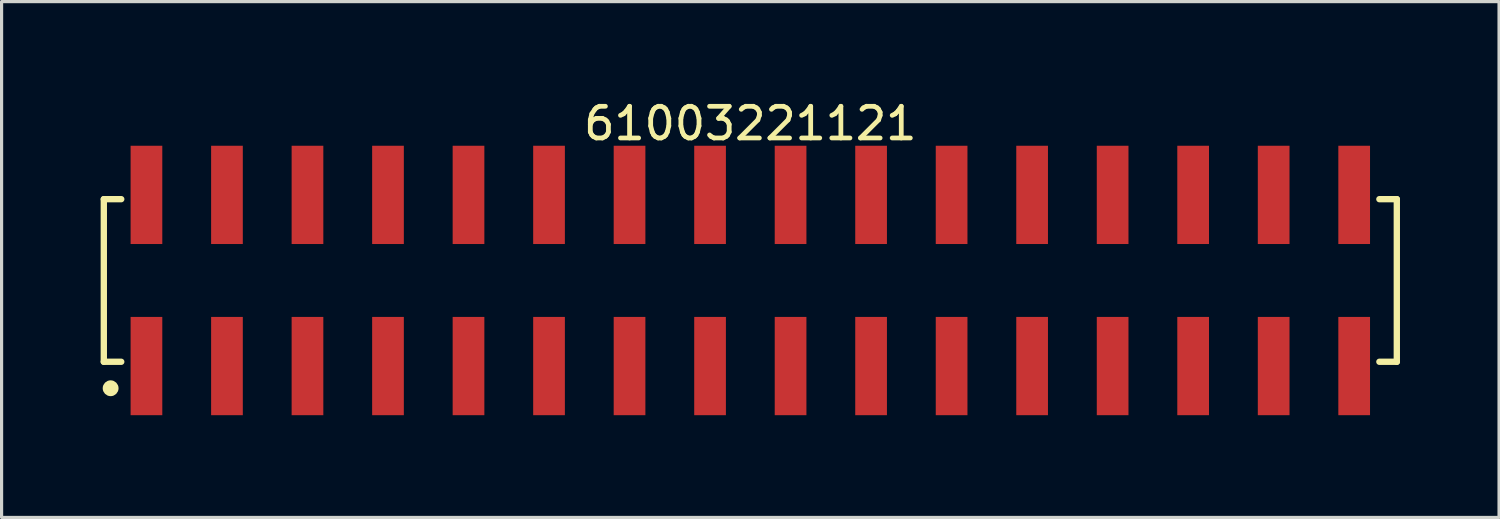
<source format=kicad_pcb>
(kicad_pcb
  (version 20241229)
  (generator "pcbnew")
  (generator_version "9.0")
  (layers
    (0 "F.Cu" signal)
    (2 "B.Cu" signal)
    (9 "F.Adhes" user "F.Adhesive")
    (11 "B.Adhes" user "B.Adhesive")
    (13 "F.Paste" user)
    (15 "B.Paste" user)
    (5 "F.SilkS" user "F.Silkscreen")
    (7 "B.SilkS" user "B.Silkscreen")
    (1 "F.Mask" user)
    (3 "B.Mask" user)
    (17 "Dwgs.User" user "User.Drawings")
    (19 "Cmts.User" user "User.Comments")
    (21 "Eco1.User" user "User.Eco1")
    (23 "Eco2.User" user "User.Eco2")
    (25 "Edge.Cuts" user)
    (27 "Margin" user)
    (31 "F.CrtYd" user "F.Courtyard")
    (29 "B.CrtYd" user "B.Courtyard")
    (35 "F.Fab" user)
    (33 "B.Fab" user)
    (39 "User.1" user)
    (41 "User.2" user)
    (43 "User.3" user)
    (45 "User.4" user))
  (footprint "61003221121"
    (layer "F.Cu")
    (at 20.62 5.798)
    (property "Reference" "61003221121" (at 0 -4.95 0) (layer "F.SilkS") (effects (font (size 1 1) (thickness 0.15))))
    (fp_line (start -20.395 -2.565) (end -19.845 -2.565) (stroke (width 0.2) (type solid)) (layer "F.SilkS"))
    (fp_line (start -20.395 2.565) (end -20.395 -2.565) (stroke (width 0.2) (type solid)) (layer "F.SilkS"))
    (fp_line (start -20.395 2.565) (end -19.845 2.565) (stroke (width 0.2) (type solid)) (layer "F.SilkS"))
    (fp_line (start 19.845 -2.565) (end 20.395 -2.565) (stroke (width 0.2) (type solid)) (layer "F.SilkS"))
    (fp_line (start 19.845 2.565) (end 20.395 2.565) (stroke (width 0.2) (type solid)) (layer "F.SilkS"))
    (fp_line (start 20.395 2.565) (end 20.395 -2.565) (stroke (width 0.2) (type solid)) (layer "F.SilkS"))
    (fp_circle (center -20.18 3.4) (end -20.18 3.275) (stroke (width 0.25) (type solid)) (fill no) (layer "F.SilkS"))
    (fp_line (start -20.595 -4.45) (end 20.595 -4.45) (stroke (width 0.05) (type solid)) (layer "Eco2.User"))
    (fp_line (start -20.595 4.45) (end -20.595 -4.45) (stroke (width 0.05) (type solid)) (layer "Eco2.User"))
    (fp_line (start -20.595 4.45) (end 20.595 4.45) (stroke (width 0.05) (type solid)) (layer "Eco2.User"))
    (fp_line (start -20.32 -2.54) (end 20.32 -2.54) (stroke (width 0.1) (type solid)) (layer "Eco2.User"))
    (fp_line (start -20.32 2.54) (end -20.32 -2.54) (stroke (width 0.1) (type solid)) (layer "Eco2.User"))
    (fp_line (start -20.32 2.54) (end 20.32 2.54) (stroke (width 0.1) (type solid)) (layer "Eco2.User"))
    (fp_line (start -19.37 -3.75) (end -18.73 -3.75) (stroke (width 0.1) (type solid)) (layer "Eco2.User"))
    (fp_line (start -19.37 -2.54) (end -19.37 -3.75) (stroke (width 0.1) (type solid)) (layer "Eco2.User"))
    (fp_line (start -19.37 3.75) (end -19.37 2.54) (stroke (width 0.1) (type solid)) (layer "Eco2.User"))
    (fp_line (start -19.37 3.75) (end -18.73 3.75) (stroke (width 0.1) (type solid)) (layer "Eco2.User"))
    (fp_line (start -18.73 -2.54) (end -18.73 -3.75) (stroke (width 0.1) (type solid)) (layer "Eco2.User"))
    (fp_line (start -18.73 3.75) (end -18.73 2.54) (stroke (width 0.1) (type solid)) (layer "Eco2.User"))
    (fp_line (start -16.83 -3.75) (end -16.19 -3.75) (stroke (width 0.1) (type solid)) (layer "Eco2.User"))
    (fp_line (start -16.83 -2.54) (end -16.83 -3.75) (stroke (width 0.1) (type solid)) (layer "Eco2.User"))
    (fp_line (start -16.83 3.75) (end -16.83 2.54) (stroke (width 0.1) (type solid)) (layer "Eco2.User"))
    (fp_line (start -16.83 3.75) (end -16.19 3.75) (stroke (width 0.1) (type solid)) (layer "Eco2.User"))
    (fp_line (start -16.19 -2.54) (end -16.19 -3.75) (stroke (width 0.1) (type solid)) (layer "Eco2.User"))
    (fp_line (start -16.19 3.75) (end -16.19 2.54) (stroke (width 0.1) (type solid)) (layer "Eco2.User"))
    (fp_line (start -14.29 -3.75) (end -13.65 -3.75) (stroke (width 0.1) (type solid)) (layer "Eco2.User"))
    (fp_line (start -14.29 -2.54) (end -14.29 -3.75) (stroke (width 0.1) (type solid)) (layer "Eco2.User"))
    (fp_line (start -14.29 3.75) (end -14.29 2.54) (stroke (width 0.1) (type solid)) (layer "Eco2.User"))
    (fp_line (start -14.29 3.75) (end -13.65 3.75) (stroke (width 0.1) (type solid)) (layer "Eco2.User"))
    (fp_line (start -13.65 -2.54) (end -13.65 -3.75) (stroke (width 0.1) (type solid)) (layer "Eco2.User"))
    (fp_line (start -13.65 3.75) (end -13.65 2.54) (stroke (width 0.1) (type solid)) (layer "Eco2.User"))
    (fp_line (start -11.75 -3.75) (end -11.11 -3.75) (stroke (width 0.1) (type solid)) (layer "Eco2.User"))
    (fp_line (start -11.75 -2.54) (end -11.75 -3.75) (stroke (width 0.1) (type solid)) (layer "Eco2.User"))
    (fp_line (start -11.75 3.75) (end -11.75 2.54) (stroke (width 0.1) (type solid)) (layer "Eco2.User"))
    (fp_line (start -11.75 3.75) (end -11.11 3.75) (stroke (width 0.1) (type solid)) (layer "Eco2.User"))
    (fp_line (start -11.11 -2.54) (end -11.11 -3.75) (stroke (width 0.1) (type solid)) (layer "Eco2.User"))
    (fp_line (start -11.11 3.75) (end -11.11 2.54) (stroke (width 0.1) (type solid)) (layer "Eco2.User"))
    (fp_line (start -9.21 -3.75) (end -8.57 -3.75) (stroke (width 0.1) (type solid)) (layer "Eco2.User"))
    (fp_line (start -9.21 -2.54) (end -9.21 -3.75) (stroke (width 0.1) (type solid)) (layer "Eco2.User"))
    (fp_line (start -9.21 3.75) (end -9.21 2.54) (stroke (width 0.1) (type solid)) (layer "Eco2.User"))
    (fp_line (start -9.21 3.75) (end -8.57 3.75) (stroke (width 0.1) (type solid)) (layer "Eco2.User"))
    (fp_line (start -8.57 -2.54) (end -8.57 -3.75) (stroke (width 0.1) (type solid)) (layer "Eco2.User"))
    (fp_line (start -8.57 3.75) (end -8.57 2.54) (stroke (width 0.1) (type solid)) (layer "Eco2.User"))
    (fp_line (start -6.67 -3.75) (end -6.03 -3.75) (stroke (width 0.1) (type solid)) (layer "Eco2.User"))
    (fp_line (start -6.67 -2.54) (end -6.67 -3.75) (stroke (width 0.1) (type solid)) (layer "Eco2.User"))
    (fp_line (start -6.67 3.75) (end -6.67 2.54) (stroke (width 0.1) (type solid)) (layer "Eco2.User"))
    (fp_line (start -6.67 3.75) (end -6.03 3.75) (stroke (width 0.1) (type solid)) (layer "Eco2.User"))
    (fp_line (start -6.03 -2.54) (end -6.03 -3.75) (stroke (width 0.1) (type solid)) (layer "Eco2.User"))
    (fp_line (start -6.03 3.75) (end -6.03 2.54) (stroke (width 0.1) (type solid)) (layer "Eco2.User"))
    (fp_line (start -4.13 -3.75) (end -3.49 -3.75) (stroke (width 0.1) (type solid)) (layer "Eco2.User"))
    (fp_line (start -4.13 -2.54) (end -4.13 -3.75) (stroke (width 0.1) (type solid)) (layer "Eco2.User"))
    (fp_line (start -4.13 3.75) (end -4.13 2.54) (stroke (width 0.1) (type solid)) (layer "Eco2.User"))
    (fp_line (start -4.13 3.75) (end -3.49 3.75) (stroke (width 0.1) (type solid)) (layer "Eco2.User"))
    (fp_line (start -3.49 -2.54) (end -3.49 -3.75) (stroke (width 0.1) (type solid)) (layer "Eco2.User"))
    (fp_line (start -3.49 3.75) (end -3.49 2.54) (stroke (width 0.1) (type solid)) (layer "Eco2.User"))
    (fp_line (start -1.59 -3.75) (end -0.95 -3.75) (stroke (width 0.1) (type solid)) (layer "Eco2.User"))
    (fp_line (start -1.59 -2.54) (end -1.59 -3.75) (stroke (width 0.1) (type solid)) (layer "Eco2.User"))
    (fp_line (start -1.59 3.75) (end -1.59 2.54) (stroke (width 0.1) (type solid)) (layer "Eco2.User"))
    (fp_line (start -1.59 3.75) (end -0.95 3.75) (stroke (width 0.1) (type solid)) (layer "Eco2.User"))
    (fp_line (start -0.95 -2.54) (end -0.95 -3.75) (stroke (width 0.1) (type solid)) (layer "Eco2.User"))
    (fp_line (start -0.95 3.75) (end -0.95 2.54) (stroke (width 0.1) (type solid)) (layer "Eco2.User"))
    (fp_line (start -0.5 0) (end 0.5 0) (stroke (width 0.05) (type solid)) (layer "Eco2.User"))
    (fp_line (start 0 0.5) (end 0 -0.5) (stroke (width 0.05) (type solid)) (layer "Eco2.User"))
    (fp_line (start 0.95 -3.75) (end 1.59 -3.75) (stroke (width 0.1) (type solid)) (layer "Eco2.User"))
    (fp_line (start 0.95 -2.54) (end 0.95 -3.75) (stroke (width 0.1) (type solid)) (layer "Eco2.User"))
    (fp_line (start 0.95 3.75) (end 0.95 2.54) (stroke (width 0.1) (type solid)) (layer "Eco2.User"))
    (fp_line (start 0.95 3.75) (end 1.59 3.75) (stroke (width 0.1) (type solid)) (layer "Eco2.User"))
    (fp_line (start 1.59 -2.54) (end 1.59 -3.75) (stroke (width 0.1) (type solid)) (layer "Eco2.User"))
    (fp_line (start 1.59 3.75) (end 1.59 2.54) (stroke (width 0.1) (type solid)) (layer "Eco2.User"))
    (fp_line (start 3.49 -3.75) (end 4.13 -3.75) (stroke (width 0.1) (type solid)) (layer "Eco2.User"))
    (fp_line (start 3.49 -2.54) (end 3.49 -3.75) (stroke (width 0.1) (type solid)) (layer "Eco2.User"))
    (fp_line (start 3.49 3.75) (end 3.49 2.54) (stroke (width 0.1) (type solid)) (layer "Eco2.User"))
    (fp_line (start 3.49 3.75) (end 4.13 3.75) (stroke (width 0.1) (type solid)) (layer "Eco2.User"))
    (fp_line (start 4.13 -2.54) (end 4.13 -3.75) (stroke (width 0.1) (type solid)) (layer "Eco2.User"))
    (fp_line (start 4.13 3.75) (end 4.13 2.54) (stroke (width 0.1) (type solid)) (layer "Eco2.User"))
    (fp_line (start 6.03 -3.75) (end 6.67 -3.75) (stroke (width 0.1) (type solid)) (layer "Eco2.User"))
    (fp_line (start 6.03 -2.54) (end 6.03 -3.75) (stroke (width 0.1) (type solid)) (layer "Eco2.User"))
    (fp_line (start 6.03 3.75) (end 6.03 2.54) (stroke (width 0.1) (type solid)) (layer "Eco2.User"))
    (fp_line (start 6.03 3.75) (end 6.67 3.75) (stroke (width 0.1) (type solid)) (layer "Eco2.User"))
    (fp_line (start 6.67 -2.54) (end 6.67 -3.75) (stroke (width 0.1) (type solid)) (layer "Eco2.User"))
    (fp_line (start 6.67 3.75) (end 6.67 2.54) (stroke (width 0.1) (type solid)) (layer "Eco2.User"))
    (fp_line (start 8.57 -3.75) (end 9.21 -3.75) (stroke (width 0.1) (type solid)) (layer "Eco2.User"))
    (fp_line (start 8.57 -2.54) (end 8.57 -3.75) (stroke (width 0.1) (type solid)) (layer "Eco2.User"))
    (fp_line (start 8.57 3.75) (end 8.57 2.54) (stroke (width 0.1) (type solid)) (layer "Eco2.User"))
    (fp_line (start 8.57 3.75) (end 9.21 3.75) (stroke (width 0.1) (type solid)) (layer "Eco2.User"))
    (fp_line (start 9.21 -2.54) (end 9.21 -3.75) (stroke (width 0.1) (type solid)) (layer "Eco2.User"))
    (fp_line (start 9.21 3.75) (end 9.21 2.54) (stroke (width 0.1) (type solid)) (layer "Eco2.User"))
    (fp_line (start 11.11 -3.75) (end 11.75 -3.75) (stroke (width 0.1) (type solid)) (layer "Eco2.User"))
    (fp_line (start 11.11 -2.54) (end 11.11 -3.75) (stroke (width 0.1) (type solid)) (layer "Eco2.User"))
    (fp_line (start 11.11 3.75) (end 11.11 2.54) (stroke (width 0.1) (type solid)) (layer "Eco2.User"))
    (fp_line (start 11.11 3.75) (end 11.75 3.75) (stroke (width 0.1) (type solid)) (layer "Eco2.User"))
    (fp_line (start 11.75 -2.54) (end 11.75 -3.75) (stroke (width 0.1) (type solid)) (layer "Eco2.User"))
    (fp_line (start 11.75 3.75) (end 11.75 2.54) (stroke (width 0.1) (type solid)) (layer "Eco2.User"))
    (fp_line (start 13.65 -3.75) (end 14.29 -3.75) (stroke (width 0.1) (type solid)) (layer "Eco2.User"))
    (fp_line (start 13.65 -2.54) (end 13.65 -3.75) (stroke (width 0.1) (type solid)) (layer "Eco2.User"))
    (fp_line (start 13.65 3.75) (end 13.65 2.54) (stroke (width 0.1) (type solid)) (layer "Eco2.User"))
    (fp_line (start 13.65 3.75) (end 14.29 3.75) (stroke (width 0.1) (type solid)) (layer "Eco2.User"))
    (fp_line (start 14.29 -2.54) (end 14.29 -3.75) (stroke (width 0.1) (type solid)) (layer "Eco2.User"))
    (fp_line (start 14.29 3.75) (end 14.29 2.54) (stroke (width 0.1) (type solid)) (layer "Eco2.User"))
    (fp_line (start 16.19 -3.75) (end 16.83 -3.75) (stroke (width 0.1) (type solid)) (layer "Eco2.User"))
    (fp_line (start 16.19 -2.54) (end 16.19 -3.75) (stroke (width 0.1) (type solid)) (layer "Eco2.User"))
    (fp_line (start 16.19 3.75) (end 16.19 2.54) (stroke (width 0.1) (type solid)) (layer "Eco2.User"))
    (fp_line (start 16.19 3.75) (end 16.83 3.75) (stroke (width 0.1) (type solid)) (layer "Eco2.User"))
    (fp_line (start 16.83 -2.54) (end 16.83 -3.75) (stroke (width 0.1) (type solid)) (layer "Eco2.User"))
    (fp_line (start 16.83 3.75) (end 16.83 2.54) (stroke (width 0.1) (type solid)) (layer "Eco2.User"))
    (fp_line (start 18.73 -3.75) (end 19.37 -3.75) (stroke (width 0.1) (type solid)) (layer "Eco2.User"))
    (fp_line (start 18.73 -2.54) (end 18.73 -3.75) (stroke (width 0.1) (type solid)) (layer "Eco2.User"))
    (fp_line (start 18.73 3.75) (end 18.73 2.54) (stroke (width 0.1) (type solid)) (layer "Eco2.User"))
    (fp_line (start 18.73 3.75) (end 19.37 3.75) (stroke (width 0.1) (type solid)) (layer "Eco2.User"))
    (fp_line (start 19.37 -2.54) (end 19.37 -3.75) (stroke (width 0.1) (type solid)) (layer "Eco2.User"))
    (fp_line (start 19.37 3.75) (end 19.37 2.54) (stroke (width 0.1) (type solid)) (layer "Eco2.User"))
    (fp_line (start 20.32 2.54) (end 20.32 -2.54) (stroke (width 0.1) (type solid)) (layer "Eco2.User"))
    (fp_line (start 20.595 4.45) (end 20.595 -4.45) (stroke (width 0.05) (type solid)) (layer "Eco2.User"))
    (fp_text user "${REFERENCE}" (at 0.15 -0.197 0) (unlocked yes) (layer "User.3") (effects (font (size 1.5 1.5) (thickness 0.15))))
    (pad "1" smd rect (at -19.05 2.7) (size 1 3.1) (layers "F.Cu" "F.Mask" "F.Paste"))
    (pad "2" smd rect (at -19.05 -2.7) (size 1 3.1) (layers "F.Cu" "F.Mask" "F.Paste"))
    (pad "3" smd rect (at -16.51 2.7) (size 1 3.1) (layers "F.Cu" "F.Mask" "F.Paste"))
    (pad "4" smd rect (at -16.51 -2.7) (size 1 3.1) (layers "F.Cu" "F.Mask" "F.Paste"))
    (pad "5" smd rect (at -13.97 2.7) (size 1 3.1) (layers "F.Cu" "F.Mask" "F.Paste"))
    (pad "6" smd rect (at -13.97 -2.7) (size 1 3.1) (layers "F.Cu" "F.Mask" "F.Paste"))
    (pad "7" smd rect (at -11.43 2.7) (size 1 3.1) (layers "F.Cu" "F.Mask" "F.Paste"))
    (pad "8" smd rect (at -11.43 -2.7) (size 1 3.1) (layers "F.Cu" "F.Mask" "F.Paste"))
    (pad "9" smd rect (at -8.89 2.7) (size 1 3.1) (layers "F.Cu" "F.Mask" "F.Paste"))
    (pad "10" smd rect (at -8.89 -2.7) (size 1 3.1) (layers "F.Cu" "F.Mask" "F.Paste"))
    (pad "11" smd rect (at -6.35 2.7) (size 1 3.1) (layers "F.Cu" "F.Mask" "F.Paste"))
    (pad "12" smd rect (at -6.35 -2.7) (size 1 3.1) (layers "F.Cu" "F.Mask" "F.Paste"))
    (pad "13" smd rect (at -3.81 2.7) (size 1 3.1) (layers "F.Cu" "F.Mask" "F.Paste"))
    (pad "14" smd rect (at -3.81 -2.7) (size 1 3.1) (layers "F.Cu" "F.Mask" "F.Paste"))
    (pad "15" smd rect (at -1.27 2.7) (size 1 3.1) (layers "F.Cu" "F.Mask" "F.Paste"))
    (pad "16" smd rect (at -1.27 -2.7) (size 1 3.1) (layers "F.Cu" "F.Mask" "F.Paste"))
    (pad "17" smd rect (at 1.27 2.7) (size 1 3.1) (layers "F.Cu" "F.Mask" "F.Paste"))
    (pad "18" smd rect (at 1.27 -2.7) (size 1 3.1) (layers "F.Cu" "F.Mask" "F.Paste"))
    (pad "19" smd rect (at 3.81 2.7) (size 1 3.1) (layers "F.Cu" "F.Mask" "F.Paste"))
    (pad "20" smd rect (at 3.81 -2.7) (size 1 3.1) (layers "F.Cu" "F.Mask" "F.Paste"))
    (pad "21" smd rect (at 6.35 2.7) (size 1 3.1) (layers "F.Cu" "F.Mask" "F.Paste"))
    (pad "22" smd rect (at 6.35 -2.7) (size 1 3.1) (layers "F.Cu" "F.Mask" "F.Paste"))
    (pad "23" smd rect (at 8.89 2.7) (size 1 3.1) (layers "F.Cu" "F.Mask" "F.Paste"))
    (pad "24" smd rect (at 8.89 -2.7) (size 1 3.1) (layers "F.Cu" "F.Mask" "F.Paste"))
    (pad "25" smd rect (at 11.43 2.7) (size 1 3.1) (layers "F.Cu" "F.Mask" "F.Paste"))
    (pad "26" smd rect (at 11.43 -2.7) (size 1 3.1) (layers "F.Cu" "F.Mask" "F.Paste"))
    (pad "27" smd rect (at 13.97 2.7) (size 1 3.1) (layers "F.Cu" "F.Mask" "F.Paste"))
    (pad "28" smd rect (at 13.97 -2.7) (size 1 3.1) (layers "F.Cu" "F.Mask" "F.Paste"))
    (pad "29" smd rect (at 16.51 2.7) (size 1 3.1) (layers "F.Cu" "F.Mask" "F.Paste"))
    (pad "30" smd rect (at 16.51 -2.7) (size 1 3.1) (layers "F.Cu" "F.Mask" "F.Paste"))
    (pad "31" smd rect (at 19.05 2.7) (size 1 3.1) (layers "F.Cu" "F.Mask" "F.Paste"))
    (pad "32" smd rect (at 19.05 -2.7) (size 1 3.1) (layers "F.Cu" "F.Mask" "F.Paste")))
  (gr_rect
    (start -3 -3)
    (end 44.24 13.273)
    (stroke (width 0.1) (type default))
    (fill no)
    (layer "Edge.Cuts")))
</source>
